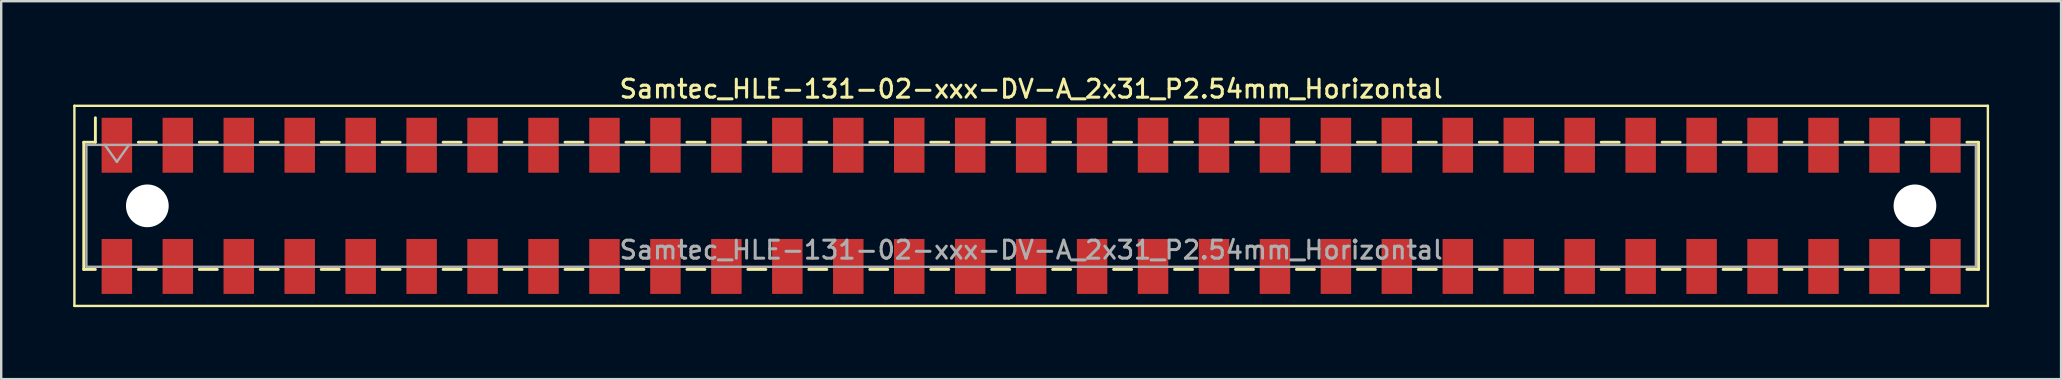
<source format=kicad_pcb>
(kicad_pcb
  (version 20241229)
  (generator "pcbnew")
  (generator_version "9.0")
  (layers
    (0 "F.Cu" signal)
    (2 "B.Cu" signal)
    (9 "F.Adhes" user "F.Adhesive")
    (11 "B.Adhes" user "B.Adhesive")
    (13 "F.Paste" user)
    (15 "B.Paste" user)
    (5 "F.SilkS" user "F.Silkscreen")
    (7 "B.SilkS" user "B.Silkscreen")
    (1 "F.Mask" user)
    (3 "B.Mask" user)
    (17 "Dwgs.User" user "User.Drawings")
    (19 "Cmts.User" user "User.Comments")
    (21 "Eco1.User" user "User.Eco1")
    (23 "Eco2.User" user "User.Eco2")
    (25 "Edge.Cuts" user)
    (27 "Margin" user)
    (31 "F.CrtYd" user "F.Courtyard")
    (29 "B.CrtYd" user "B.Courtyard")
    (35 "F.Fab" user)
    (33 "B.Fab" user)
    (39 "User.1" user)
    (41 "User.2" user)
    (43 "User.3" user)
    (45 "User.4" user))
  (footprint "Samtec_HLE-131-02-xxx-DV-A_2x31_P2.54mm_Horizontal"
    (layer "F.Cu")
    (at 39.92 5.528)
    (property "Reference" "Samtec_HLE-131-02-xxx-DV-A_2x31_P2.54mm_Horizontal" (at 0 -4.87 0) (layer "F.SilkS") (effects (font (size 0.75 0.75) (thickness 0.125))))
    (attr smd)
    (fp_line (start -39.87 -4.17) (end 39.87 -4.17) (stroke (width 0.1) (type solid)) (layer "F.SilkS"))
    (fp_line (start -39.87 4.17) (end -39.87 -4.17) (stroke (width 0.1) (type solid)) (layer "F.SilkS"))
    (fp_line (start -39.48 -2.65) (end -39.48 2.65) (stroke (width 0.12) (type solid)) (layer "F.SilkS"))
    (fp_line (start -39.48 2.65) (end -38.995 2.65) (stroke (width 0.12) (type solid)) (layer "F.SilkS"))
    (fp_line (start -38.995 -3.67) (end -38.995 -2.65) (stroke (width 0.12) (type solid)) (layer "F.SilkS"))
    (fp_line (start -38.995 -2.65) (end -39.48 -2.65) (stroke (width 0.12) (type solid)) (layer "F.SilkS"))
    (fp_line (start -37.205 -2.65) (end -36.455 -2.65) (stroke (width 0.12) (type solid)) (layer "F.SilkS"))
    (fp_line (start -37.205 2.65) (end -36.455 2.65) (stroke (width 0.12) (type solid)) (layer "F.SilkS"))
    (fp_line (start -34.665 -2.65) (end -33.915 -2.65) (stroke (width 0.12) (type solid)) (layer "F.SilkS"))
    (fp_line (start -34.665 2.65) (end -33.915 2.65) (stroke (width 0.12) (type solid)) (layer "F.SilkS"))
    (fp_line (start -32.125 -2.65) (end -31.375 -2.65) (stroke (width 0.12) (type solid)) (layer "F.SilkS"))
    (fp_line (start -32.125 2.65) (end -31.375 2.65) (stroke (width 0.12) (type solid)) (layer "F.SilkS"))
    (fp_line (start -29.585 -2.65) (end -28.835 -2.65) (stroke (width 0.12) (type solid)) (layer "F.SilkS"))
    (fp_line (start -29.585 2.65) (end -28.835 2.65) (stroke (width 0.12) (type solid)) (layer "F.SilkS"))
    (fp_line (start -27.045 -2.65) (end -26.295 -2.65) (stroke (width 0.12) (type solid)) (layer "F.SilkS"))
    (fp_line (start -27.045 2.65) (end -26.295 2.65) (stroke (width 0.12) (type solid)) (layer "F.SilkS"))
    (fp_line (start -24.505 -2.65) (end -23.755 -2.65) (stroke (width 0.12) (type solid)) (layer "F.SilkS"))
    (fp_line (start -24.505 2.65) (end -23.755 2.65) (stroke (width 0.12) (type solid)) (layer "F.SilkS"))
    (fp_line (start -21.965 -2.65) (end -21.215 -2.65) (stroke (width 0.12) (type solid)) (layer "F.SilkS"))
    (fp_line (start -21.965 2.65) (end -21.215 2.65) (stroke (width 0.12) (type solid)) (layer "F.SilkS"))
    (fp_line (start -19.425 -2.65) (end -18.675 -2.65) (stroke (width 0.12) (type solid)) (layer "F.SilkS"))
    (fp_line (start -19.425 2.65) (end -18.675 2.65) (stroke (width 0.12) (type solid)) (layer "F.SilkS"))
    (fp_line (start -16.885 -2.65) (end -16.135 -2.65) (stroke (width 0.12) (type solid)) (layer "F.SilkS"))
    (fp_line (start -16.885 2.65) (end -16.135 2.65) (stroke (width 0.12) (type solid)) (layer "F.SilkS"))
    (fp_line (start -14.345 -2.65) (end -13.595 -2.65) (stroke (width 0.12) (type solid)) (layer "F.SilkS"))
    (fp_line (start -14.345 2.65) (end -13.595 2.65) (stroke (width 0.12) (type solid)) (layer "F.SilkS"))
    (fp_line (start -11.805 -2.65) (end -11.055 -2.65) (stroke (width 0.12) (type solid)) (layer "F.SilkS"))
    (fp_line (start -11.805 2.65) (end -11.055 2.65) (stroke (width 0.12) (type solid)) (layer "F.SilkS"))
    (fp_line (start -9.265 -2.65) (end -8.515 -2.65) (stroke (width 0.12) (type solid)) (layer "F.SilkS"))
    (fp_line (start -9.265 2.65) (end -8.515 2.65) (stroke (width 0.12) (type solid)) (layer "F.SilkS"))
    (fp_line (start -6.725 -2.65) (end -5.975 -2.65) (stroke (width 0.12) (type solid)) (layer "F.SilkS"))
    (fp_line (start -6.725 2.65) (end -5.975 2.65) (stroke (width 0.12) (type solid)) (layer "F.SilkS"))
    (fp_line (start -4.185 -2.65) (end -3.435 -2.65) (stroke (width 0.12) (type solid)) (layer "F.SilkS"))
    (fp_line (start -4.185 2.65) (end -3.435 2.65) (stroke (width 0.12) (type solid)) (layer "F.SilkS"))
    (fp_line (start -1.645 -2.65) (end -0.895 -2.65) (stroke (width 0.12) (type solid)) (layer "F.SilkS"))
    (fp_line (start -1.645 2.65) (end -0.895 2.65) (stroke (width 0.12) (type solid)) (layer "F.SilkS"))
    (fp_line (start 0.895 -2.65) (end 1.645 -2.65) (stroke (width 0.12) (type solid)) (layer "F.SilkS"))
    (fp_line (start 0.895 2.65) (end 1.645 2.65) (stroke (width 0.12) (type solid)) (layer "F.SilkS"))
    (fp_line (start 3.435 -2.65) (end 4.185 -2.65) (stroke (width 0.12) (type solid)) (layer "F.SilkS"))
    (fp_line (start 3.435 2.65) (end 4.185 2.65) (stroke (width 0.12) (type solid)) (layer "F.SilkS"))
    (fp_line (start 5.975 -2.65) (end 6.725 -2.65) (stroke (width 0.12) (type solid)) (layer "F.SilkS"))
    (fp_line (start 5.975 2.65) (end 6.725 2.65) (stroke (width 0.12) (type solid)) (layer "F.SilkS"))
    (fp_line (start 8.515 -2.65) (end 9.265 -2.65) (stroke (width 0.12) (type solid)) (layer "F.SilkS"))
    (fp_line (start 8.515 2.65) (end 9.265 2.65) (stroke (width 0.12) (type solid)) (layer "F.SilkS"))
    (fp_line (start 11.055 -2.65) (end 11.805 -2.65) (stroke (width 0.12) (type solid)) (layer "F.SilkS"))
    (fp_line (start 11.055 2.65) (end 11.805 2.65) (stroke (width 0.12) (type solid)) (layer "F.SilkS"))
    (fp_line (start 13.595 -2.65) (end 14.345 -2.65) (stroke (width 0.12) (type solid)) (layer "F.SilkS"))
    (fp_line (start 13.595 2.65) (end 14.345 2.65) (stroke (width 0.12) (type solid)) (layer "F.SilkS"))
    (fp_line (start 16.135 -2.65) (end 16.885 -2.65) (stroke (width 0.12) (type solid)) (layer "F.SilkS"))
    (fp_line (start 16.135 2.65) (end 16.885 2.65) (stroke (width 0.12) (type solid)) (layer "F.SilkS"))
    (fp_line (start 18.675 -2.65) (end 19.425 -2.65) (stroke (width 0.12) (type solid)) (layer "F.SilkS"))
    (fp_line (start 18.675 2.65) (end 19.425 2.65) (stroke (width 0.12) (type solid)) (layer "F.SilkS"))
    (fp_line (start 21.215 -2.65) (end 21.965 -2.65) (stroke (width 0.12) (type solid)) (layer "F.SilkS"))
    (fp_line (start 21.215 2.65) (end 21.965 2.65) (stroke (width 0.12) (type solid)) (layer "F.SilkS"))
    (fp_line (start 23.755 -2.65) (end 24.505 -2.65) (stroke (width 0.12) (type solid)) (layer "F.SilkS"))
    (fp_line (start 23.755 2.65) (end 24.505 2.65) (stroke (width 0.12) (type solid)) (layer "F.SilkS"))
    (fp_line (start 26.295 -2.65) (end 27.045 -2.65) (stroke (width 0.12) (type solid)) (layer "F.SilkS"))
    (fp_line (start 26.295 2.65) (end 27.045 2.65) (stroke (width 0.12) (type solid)) (layer "F.SilkS"))
    (fp_line (start 28.835 -2.65) (end 29.585 -2.65) (stroke (width 0.12) (type solid)) (layer "F.SilkS"))
    (fp_line (start 28.835 2.65) (end 29.585 2.65) (stroke (width 0.12) (type solid)) (layer "F.SilkS"))
    (fp_line (start 31.375 -2.65) (end 32.125 -2.65) (stroke (width 0.12) (type solid)) (layer "F.SilkS"))
    (fp_line (start 31.375 2.65) (end 32.125 2.65) (stroke (width 0.12) (type solid)) (layer "F.SilkS"))
    (fp_line (start 33.915 -2.65) (end 34.665 -2.65) (stroke (width 0.12) (type solid)) (layer "F.SilkS"))
    (fp_line (start 33.915 2.65) (end 34.665 2.65) (stroke (width 0.12) (type solid)) (layer "F.SilkS"))
    (fp_line (start 36.455 -2.65) (end 37.205 -2.65) (stroke (width 0.12) (type solid)) (layer "F.SilkS"))
    (fp_line (start 36.455 2.65) (end 37.205 2.65) (stroke (width 0.12) (type solid)) (layer "F.SilkS"))
    (fp_line (start 38.995 -2.65) (end 39.48 -2.65) (stroke (width 0.12) (type solid)) (layer "F.SilkS"))
    (fp_line (start 39.48 -2.65) (end 39.48 2.65) (stroke (width 0.12) (type solid)) (layer "F.SilkS"))
    (fp_line (start 39.48 2.65) (end 38.995 2.65) (stroke (width 0.12) (type solid)) (layer "F.SilkS"))
    (fp_line (start 39.87 -4.17) (end 39.87 4.17) (stroke (width 0.1) (type solid)) (layer "F.SilkS"))
    (fp_line (start 39.87 4.17) (end -39.87 4.17) (stroke (width 0.1) (type solid)) (layer "F.SilkS"))
    (fp_line (start -39.37 -2.54) (end 39.37 -2.54) (stroke (width 0.1) (type solid)) (layer "F.Fab"))
    (fp_line (start -39.37 2.54) (end -39.37 -2.54) (stroke (width 0.1) (type solid)) (layer "F.Fab"))
    (fp_line (start -38.6 -2.54) (end -38.1 -1.833) (stroke (width 0.1) (type solid)) (layer "F.Fab"))
    (fp_line (start -38.1 -1.833) (end -37.6 -2.54) (stroke (width 0.1) (type solid)) (layer "F.Fab"))
    (fp_line (start 39.37 -2.54) (end 39.37 2.54) (stroke (width 0.1) (type solid)) (layer "F.Fab"))
    (fp_line (start 39.37 2.54) (end -39.37 2.54) (stroke (width 0.1) (type solid)) (layer "F.Fab"))
    (fp_text user "${REFERENCE}" (at 0 1.84 0) (layer "F.Fab") (effects (font (size 0.75 0.75) (thickness 0.125))))
    (pad "" np_thru_hole circle (at -36.83 0) (size 1.78 1.78) (drill 1.78) (layers "*.Cu" "*.Mask"))
    (pad "" np_thru_hole circle (at 36.83 0) (size 1.78 1.78) (drill 1.78) (layers "*.Cu" "*.Mask"))
    (pad "1" smd rect (at -38.1 -2.525) (size 1.27 2.29) (layers "F.Cu" "F.Mask" "F.Paste"))
    (pad "2" smd rect (at -38.1 2.525) (size 1.27 2.29) (layers "F.Cu" "F.Mask" "F.Paste"))
    (pad "3" smd rect (at -35.56 -2.525) (size 1.27 2.29) (layers "F.Cu" "F.Mask" "F.Paste"))
    (pad "4" smd rect (at -35.56 2.525) (size 1.27 2.29) (layers "F.Cu" "F.Mask" "F.Paste"))
    (pad "5" smd rect (at -33.02 -2.525) (size 1.27 2.29) (layers "F.Cu" "F.Mask" "F.Paste"))
    (pad "6" smd rect (at -33.02 2.525) (size 1.27 2.29) (layers "F.Cu" "F.Mask" "F.Paste"))
    (pad "7" smd rect (at -30.48 -2.525) (size 1.27 2.29) (layers "F.Cu" "F.Mask" "F.Paste"))
    (pad "8" smd rect (at -30.48 2.525) (size 1.27 2.29) (layers "F.Cu" "F.Mask" "F.Paste"))
    (pad "9" smd rect (at -27.94 -2.525) (size 1.27 2.29) (layers "F.Cu" "F.Mask" "F.Paste"))
    (pad "10" smd rect (at -27.94 2.525) (size 1.27 2.29) (layers "F.Cu" "F.Mask" "F.Paste"))
    (pad "11" smd rect (at -25.4 -2.525) (size 1.27 2.29) (layers "F.Cu" "F.Mask" "F.Paste"))
    (pad "12" smd rect (at -25.4 2.525) (size 1.27 2.29) (layers "F.Cu" "F.Mask" "F.Paste"))
    (pad "13" smd rect (at -22.86 -2.525) (size 1.27 2.29) (layers "F.Cu" "F.Mask" "F.Paste"))
    (pad "14" smd rect (at -22.86 2.525) (size 1.27 2.29) (layers "F.Cu" "F.Mask" "F.Paste"))
    (pad "15" smd rect (at -20.32 -2.525) (size 1.27 2.29) (layers "F.Cu" "F.Mask" "F.Paste"))
    (pad "16" smd rect (at -20.32 2.525) (size 1.27 2.29) (layers "F.Cu" "F.Mask" "F.Paste"))
    (pad "17" smd rect (at -17.78 -2.525) (size 1.27 2.29) (layers "F.Cu" "F.Mask" "F.Paste"))
    (pad "18" smd rect (at -17.78 2.525) (size 1.27 2.29) (layers "F.Cu" "F.Mask" "F.Paste"))
    (pad "19" smd rect (at -15.24 -2.525) (size 1.27 2.29) (layers "F.Cu" "F.Mask" "F.Paste"))
    (pad "20" smd rect (at -15.24 2.525) (size 1.27 2.29) (layers "F.Cu" "F.Mask" "F.Paste"))
    (pad "21" smd rect (at -12.7 -2.525) (size 1.27 2.29) (layers "F.Cu" "F.Mask" "F.Paste"))
    (pad "22" smd rect (at -12.7 2.525) (size 1.27 2.29) (layers "F.Cu" "F.Mask" "F.Paste"))
    (pad "23" smd rect (at -10.16 -2.525) (size 1.27 2.29) (layers "F.Cu" "F.Mask" "F.Paste"))
    (pad "24" smd rect (at -10.16 2.525) (size 1.27 2.29) (layers "F.Cu" "F.Mask" "F.Paste"))
    (pad "25" smd rect (at -7.62 -2.525) (size 1.27 2.29) (layers "F.Cu" "F.Mask" "F.Paste"))
    (pad "26" smd rect (at -7.62 2.525) (size 1.27 2.29) (layers "F.Cu" "F.Mask" "F.Paste"))
    (pad "27" smd rect (at -5.08 -2.525) (size 1.27 2.29) (layers "F.Cu" "F.Mask" "F.Paste"))
    (pad "28" smd rect (at -5.08 2.525) (size 1.27 2.29) (layers "F.Cu" "F.Mask" "F.Paste"))
    (pad "29" smd rect (at -2.54 -2.525) (size 1.27 2.29) (layers "F.Cu" "F.Mask" "F.Paste"))
    (pad "30" smd rect (at -2.54 2.525) (size 1.27 2.29) (layers "F.Cu" "F.Mask" "F.Paste"))
    (pad "31" smd rect (at 0 -2.525) (size 1.27 2.29) (layers "F.Cu" "F.Mask" "F.Paste"))
    (pad "32" smd rect (at 0 2.525) (size 1.27 2.29) (layers "F.Cu" "F.Mask" "F.Paste"))
    (pad "33" smd rect (at 2.54 -2.525) (size 1.27 2.29) (layers "F.Cu" "F.Mask" "F.Paste"))
    (pad "34" smd rect (at 2.54 2.525) (size 1.27 2.29) (layers "F.Cu" "F.Mask" "F.Paste"))
    (pad "35" smd rect (at 5.08 -2.525) (size 1.27 2.29) (layers "F.Cu" "F.Mask" "F.Paste"))
    (pad "36" smd rect (at 5.08 2.525) (size 1.27 2.29) (layers "F.Cu" "F.Mask" "F.Paste"))
    (pad "37" smd rect (at 7.62 -2.525) (size 1.27 2.29) (layers "F.Cu" "F.Mask" "F.Paste"))
    (pad "38" smd rect (at 7.62 2.525) (size 1.27 2.29) (layers "F.Cu" "F.Mask" "F.Paste"))
    (pad "39" smd rect (at 10.16 -2.525) (size 1.27 2.29) (layers "F.Cu" "F.Mask" "F.Paste"))
    (pad "40" smd rect (at 10.16 2.525) (size 1.27 2.29) (layers "F.Cu" "F.Mask" "F.Paste"))
    (pad "41" smd rect (at 12.7 -2.525) (size 1.27 2.29) (layers "F.Cu" "F.Mask" "F.Paste"))
    (pad "42" smd rect (at 12.7 2.525) (size 1.27 2.29) (layers "F.Cu" "F.Mask" "F.Paste"))
    (pad "43" smd rect (at 15.24 -2.525) (size 1.27 2.29) (layers "F.Cu" "F.Mask" "F.Paste"))
    (pad "44" smd rect (at 15.24 2.525) (size 1.27 2.29) (layers "F.Cu" "F.Mask" "F.Paste"))
    (pad "45" smd rect (at 17.78 -2.525) (size 1.27 2.29) (layers "F.Cu" "F.Mask" "F.Paste"))
    (pad "46" smd rect (at 17.78 2.525) (size 1.27 2.29) (layers "F.Cu" "F.Mask" "F.Paste"))
    (pad "47" smd rect (at 20.32 -2.525) (size 1.27 2.29) (layers "F.Cu" "F.Mask" "F.Paste"))
    (pad "48" smd rect (at 20.32 2.525) (size 1.27 2.29) (layers "F.Cu" "F.Mask" "F.Paste"))
    (pad "49" smd rect (at 22.86 -2.525) (size 1.27 2.29) (layers "F.Cu" "F.Mask" "F.Paste"))
    (pad "50" smd rect (at 22.86 2.525) (size 1.27 2.29) (layers "F.Cu" "F.Mask" "F.Paste"))
    (pad "51" smd rect (at 25.4 -2.525) (size 1.27 2.29) (layers "F.Cu" "F.Mask" "F.Paste"))
    (pad "52" smd rect (at 25.4 2.525) (size 1.27 2.29) (layers "F.Cu" "F.Mask" "F.Paste"))
    (pad "53" smd rect (at 27.94 -2.525) (size 1.27 2.29) (layers "F.Cu" "F.Mask" "F.Paste"))
    (pad "54" smd rect (at 27.94 2.525) (size 1.27 2.29) (layers "F.Cu" "F.Mask" "F.Paste"))
    (pad "55" smd rect (at 30.48 -2.525) (size 1.27 2.29) (layers "F.Cu" "F.Mask" "F.Paste"))
    (pad "56" smd rect (at 30.48 2.525) (size 1.27 2.29) (layers "F.Cu" "F.Mask" "F.Paste"))
    (pad "57" smd rect (at 33.02 -2.525) (size 1.27 2.29) (layers "F.Cu" "F.Mask" "F.Paste"))
    (pad "58" smd rect (at 33.02 2.525) (size 1.27 2.29) (layers "F.Cu" "F.Mask" "F.Paste"))
    (pad "59" smd rect (at 35.56 -2.525) (size 1.27 2.29) (layers "F.Cu" "F.Mask" "F.Paste"))
    (pad "60" smd rect (at 35.56 2.525) (size 1.27 2.29) (layers "F.Cu" "F.Mask" "F.Paste"))
    (pad "61" smd rect (at 38.1 -2.525) (size 1.27 2.29) (layers "F.Cu" "F.Mask" "F.Paste"))
    (pad "62" smd rect (at 38.1 2.525) (size 1.27 2.29) (layers "F.Cu" "F.Mask" "F.Paste")))
  (gr_rect
    (start -3 -3)
    (end 82.84 12.748)
    (stroke (width 0.1) (type default))
    (fill no)
    (layer "Edge.Cuts")))
</source>
